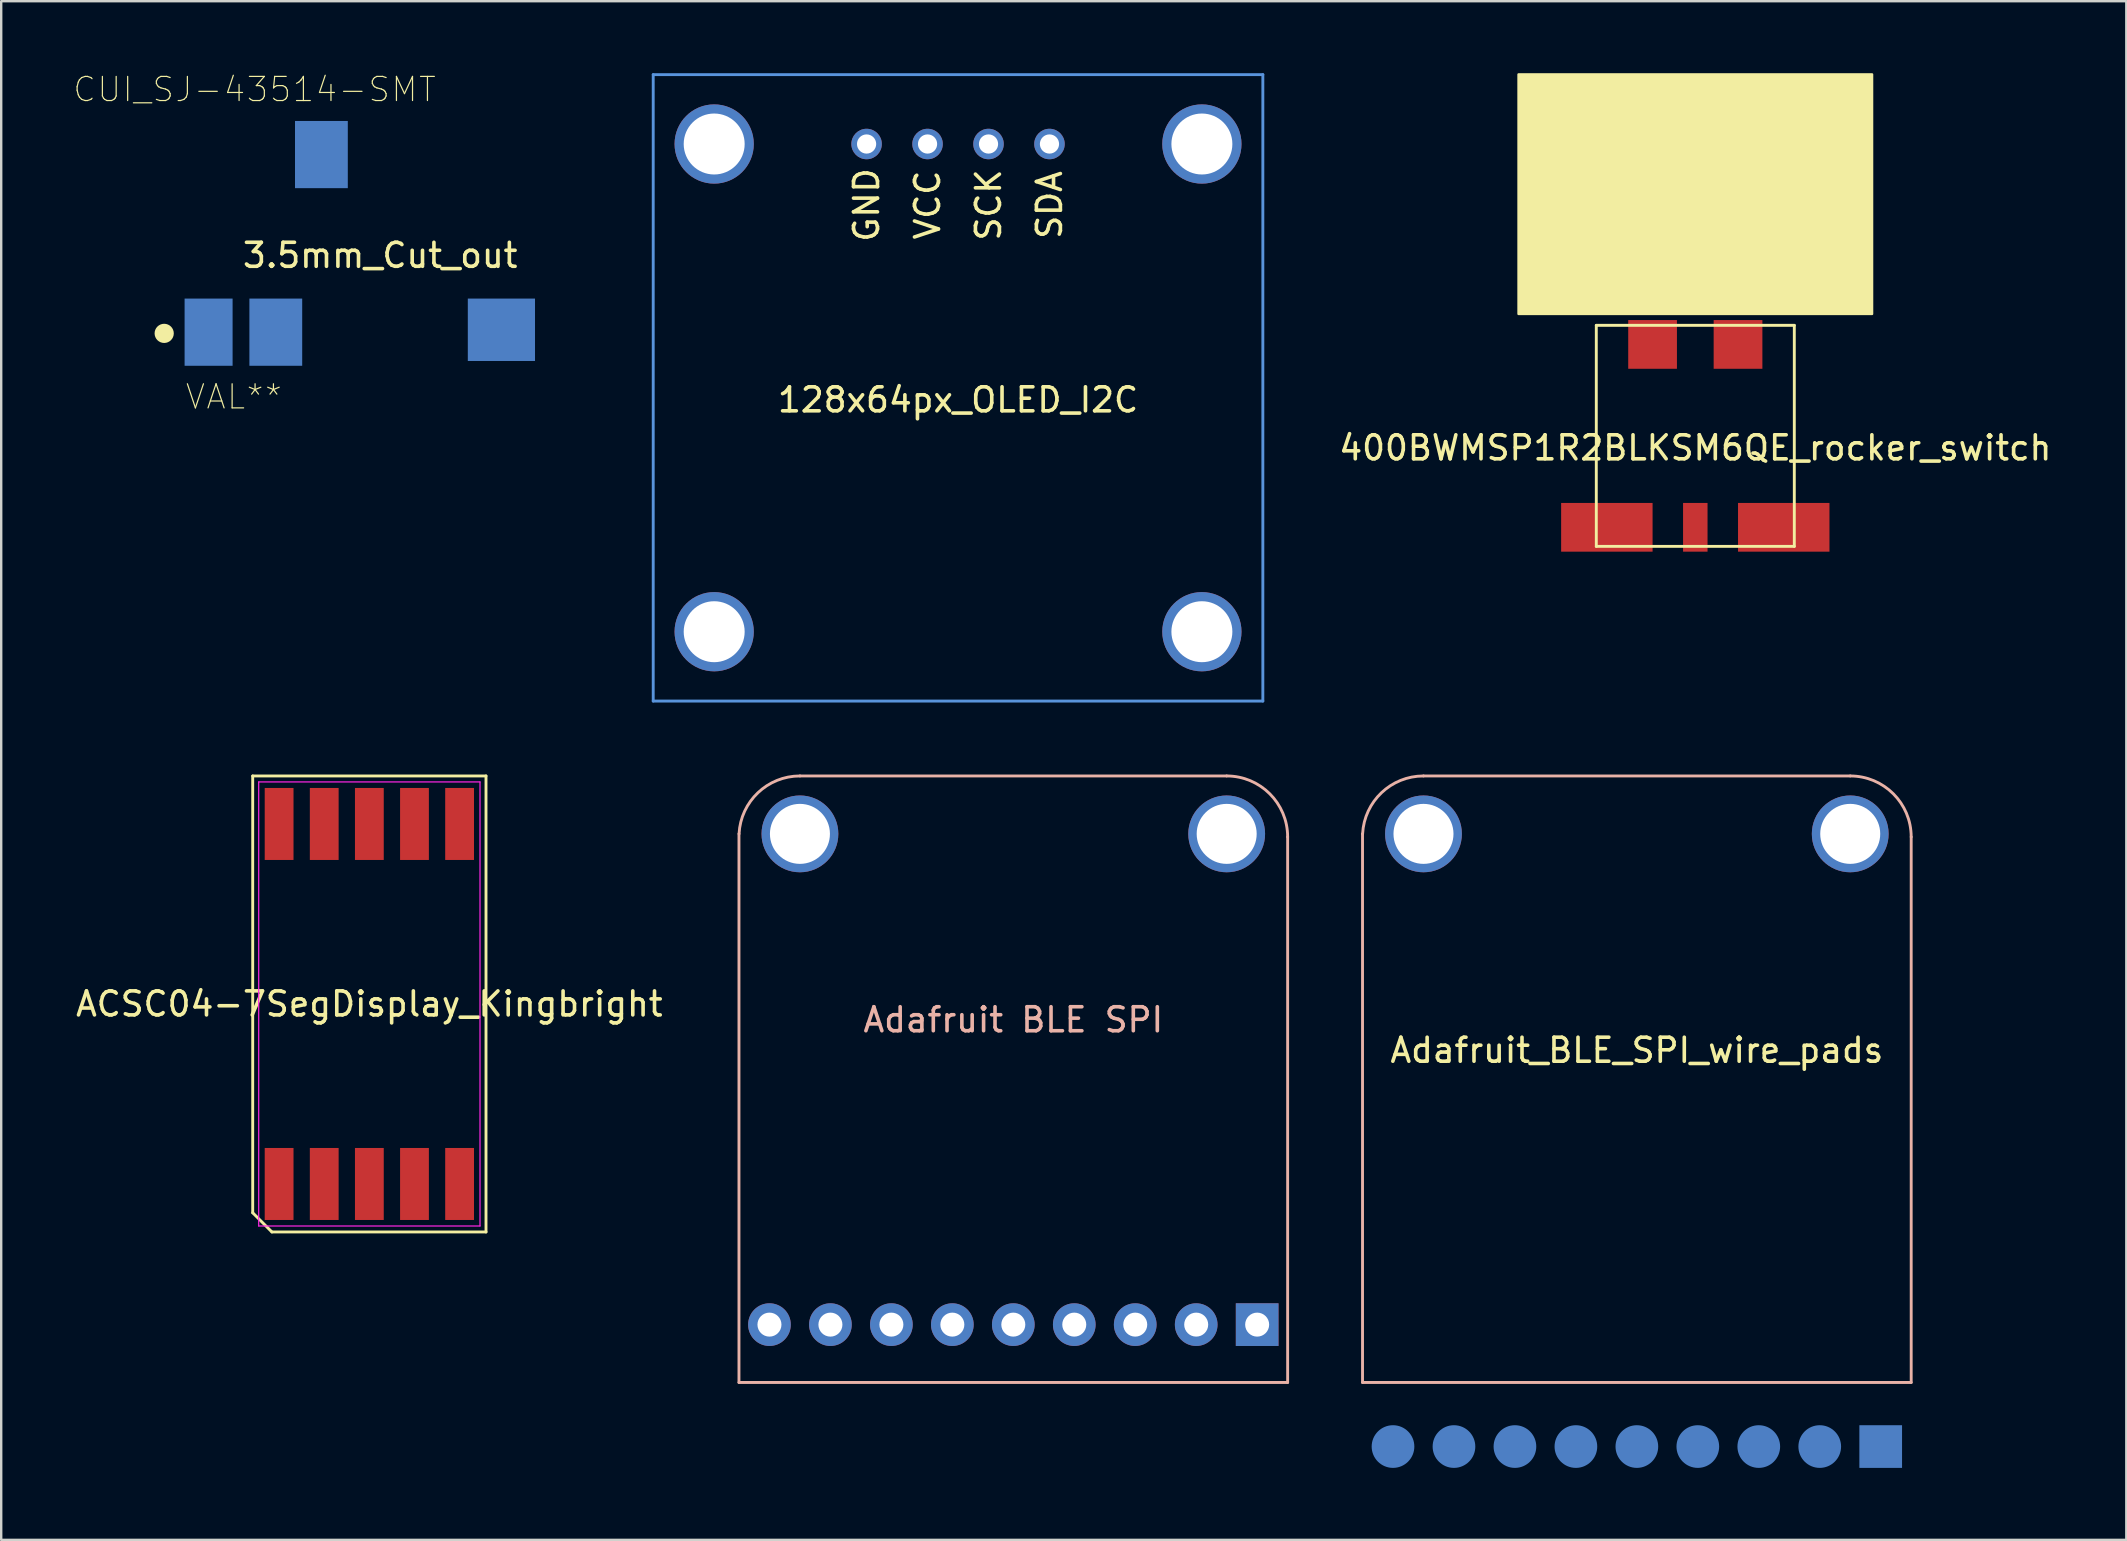
<source format=kicad_pcb>
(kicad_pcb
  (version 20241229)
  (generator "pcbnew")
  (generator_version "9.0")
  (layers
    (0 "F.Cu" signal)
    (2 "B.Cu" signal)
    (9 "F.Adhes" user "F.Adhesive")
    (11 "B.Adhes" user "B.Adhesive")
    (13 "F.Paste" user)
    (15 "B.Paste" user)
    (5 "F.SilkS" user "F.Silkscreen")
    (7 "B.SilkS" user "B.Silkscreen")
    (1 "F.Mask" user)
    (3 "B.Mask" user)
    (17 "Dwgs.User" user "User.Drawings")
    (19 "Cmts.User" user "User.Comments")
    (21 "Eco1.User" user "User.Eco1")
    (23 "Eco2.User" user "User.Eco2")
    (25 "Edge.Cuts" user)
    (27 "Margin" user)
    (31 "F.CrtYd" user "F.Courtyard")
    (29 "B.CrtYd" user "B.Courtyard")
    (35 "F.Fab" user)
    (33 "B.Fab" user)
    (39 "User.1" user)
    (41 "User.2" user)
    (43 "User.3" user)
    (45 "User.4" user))
  (footprint "400BWMSP1R2BLKSM6QE‎_rocker_switch"
    (layer "F.Cu")
    (at 67.584 15.11)
    (property "Reference" "400BWMSP1R2BLKSM6QE‎_rocker_switch" (at 0 0.5 0) (layer "F.SilkS") (effects (font (size 1 1) (thickness 0.15))))
    (attr smd)
    (fp_line (start -4.125 -4.605) (end -4.125 4.605) (stroke (width 0.12) (type solid)) (layer "F.SilkS"))
    (fp_line (start -4.125 -4.605) (end 4.125 -4.605) (stroke (width 0.12) (type solid)) (layer "F.SilkS"))
    (fp_line (start -4.125 4.605) (end 4.125 4.605) (stroke (width 0.12) (type solid)) (layer "F.SilkS"))
    (fp_line (start 4.125 4.605) (end 4.125 -4.605) (stroke (width 0.12) (type solid)) (layer "F.SilkS"))
    (fp_poly (pts (xy 7.365 -15.06) (xy -7.365 -15.06) (xy -7.365 -5.08) (xy 7.365 -5.08)) (stroke (width 0.1) (type solid)) (fill yes) (layer "F.SilkS"))
    (pad "" smd rect (at -1.78 -3.81) (size 2.03 2.03) (layers "F.Cu" "F.Mask" "F.Paste"))
    (pad "" smd rect (at 1.78 -3.81) (size 2.03 2.03) (layers "F.Cu" "F.Mask" "F.Paste"))
    (pad "1" smd rect (at -3.685 3.81) (size 3.81 2.03) (layers "F.Cu" "F.Mask" "F.Paste"))
    (pad "2" smd rect (at 0 3.81) (size 1.02 2.03) (layers "F.Cu" "F.Mask" "F.Paste"))
    (pad "3" smd rect (at 3.685 3.81) (size 3.81 2.03) (layers "F.Cu" "F.Mask" "F.Paste")))
  (footprint "ACSC04-7SegDisplay_Kingbright"
    (layer "F.Cu")
    (at 12.339 38.78)
    (property "Reference" "ACSC04-7SegDisplay_Kingbright" (at 0 0 180) (layer "F.SilkS") (effects (font (size 1 1) (thickness 0.15))))
    (attr smd)
    (fp_line (start -4.86 -9.5) (end 4.86 -9.5) (stroke (width 0.12) (type solid)) (layer "F.SilkS"))
    (fp_line (start -4.86 8.7) (end -4.86 -9.5) (stroke (width 0.12) (type solid)) (layer "F.SilkS"))
    (fp_line (start -4.06 9.5) (end -4.86 8.7) (stroke (width 0.12) (type solid)) (layer "F.SilkS"))
    (fp_line (start 4.86 -9.5) (end 4.86 9.5) (stroke (width 0.12) (type solid)) (layer "F.SilkS"))
    (fp_line (start 4.86 9.5) (end -4.06 9.5) (stroke (width 0.12) (type solid)) (layer "F.SilkS"))
    (fp_line (start -4.61 -9.25) (end 4.61 -9.25) (stroke (width 0.05) (type solid)) (layer "F.CrtYd"))
    (fp_line (start -4.61 9.25) (end -4.61 -9.25) (stroke (width 0.05) (type solid)) (layer "F.CrtYd"))
    (fp_line (start 4.61 -9.25) (end 4.61 9.25) (stroke (width 0.05) (type solid)) (layer "F.CrtYd"))
    (fp_line (start 4.61 9.25) (end -4.61 9.25) (stroke (width 0.05) (type solid)) (layer "F.CrtYd"))
    (pad "1" smd rect (at -3.76 7.5) (size 1.2 3) (layers "F.Cu" "F.Mask" "F.Paste"))
    (pad "2" smd rect (at -1.88 7.5) (size 1.2 3) (layers "F.Cu" "F.Mask" "F.Paste"))
    (pad "3" smd rect (at 0 7.5) (size 1.2 3) (layers "F.Cu" "F.Mask" "F.Paste"))
    (pad "4" smd rect (at 1.88 7.5) (size 1.2 3) (layers "F.Cu" "F.Mask" "F.Paste"))
    (pad "5" smd rect (at 3.76 7.5) (size 1.2 3) (layers "F.Cu" "F.Mask" "F.Paste"))
    (pad "6" smd rect (at 3.76 -7.5) (size 1.2 3) (layers "F.Cu" "F.Mask" "F.Paste"))
    (pad "7" smd rect (at 1.88 -7.5) (size 1.2 3) (layers "F.Cu" "F.Mask" "F.Paste"))
    (pad "8" smd rect (at 0 -7.5) (size 1.2 3) (layers "F.Cu" "F.Mask" "F.Paste"))
    (pad "9" smd rect (at -1.88 -7.5) (size 1.2 3) (layers "F.Cu" "F.Mask" "F.Paste"))
    (pad "10" smd rect (at -3.76 -7.5) (size 1.2 3) (layers "F.Cu" "F.Mask" "F.Paste")))
  (footprint "3.5mm_Cut_out"
    (layer "F.Cu")
    (at 12.791 7.09)
    (property "Reference" "3.5mm_Cut_out" (at 0 0.5 0) (layer "F.SilkS") (effects (font (size 1 1) (thickness 0.15))))
    (attr through_hole)
    (fp_circle (center -9 3.75) (end -8.8 3.75) (stroke (width 0.4) (type solid)) (fill no) (layer "F.SilkS"))
    (fp_line (start -9.5 -2.75) (end -8 -2.75) (stroke (width 0.05) (type solid)) (layer "Eco1.User"))
    (fp_line (start -9.5 2.75) (end -9.5 -2.75) (stroke (width 0.05) (type solid)) (layer "Eco1.User"))
    (fp_line (start -8.5 2.75) (end -9.5 2.75) (stroke (width 0.05) (type solid)) (layer "Eco1.User"))
    (fp_line (start -8.5 5.5) (end -8.5 2.75) (stroke (width 0.05) (type solid)) (layer "Eco1.User"))
    (fp_line (start -8 -3.25) (end -3.8 -3.25) (stroke (width 0.05) (type solid)) (layer "Eco1.User"))
    (fp_line (start -8 -2.75) (end -8 -3.25) (stroke (width 0.05) (type solid)) (layer "Eco1.User"))
    (fp_line (start -3.8 -5.35) (end -1.1 -5.35) (stroke (width 0.05) (type solid)) (layer "Eco1.User"))
    (fp_line (start -3.8 -3.25) (end -3.8 -5.35) (stroke (width 0.05) (type solid)) (layer "Eco1.User"))
    (fp_line (start -3 3.25) (end -3 5.5) (stroke (width 0.05) (type solid)) (layer "Eco1.User"))
    (fp_line (start -3 5.5) (end -8.5 5.5) (stroke (width 0.05) (type solid)) (layer "Eco1.User"))
    (fp_line (start -1.1 -5.35) (end -1.1 -3.25) (stroke (width 0.05) (type solid)) (layer "Eco1.User"))
    (fp_line (start -1.1 -3.25) (end 8 -3.25) (stroke (width 0.05) (type solid)) (layer "Eco1.User"))
    (fp_line (start 3.25 3.25) (end -3 3.25) (stroke (width 0.05) (type solid)) (layer "Eco1.User"))
    (fp_line (start 3.25 5.5) (end 3.25 3.25) (stroke (width 0.05) (type solid)) (layer "Eco1.User"))
    (fp_line (start 6.75 3.25) (end 6.75 5.5) (stroke (width 0.05) (type solid)) (layer "Eco1.User"))
    (fp_line (start 6.75 5.5) (end 3.25 5.5) (stroke (width 0.05) (type solid)) (layer "Eco1.User"))
    (fp_line (start 8 -3.25) (end 8 3.25) (stroke (width 0.05) (type solid)) (layer "Eco1.User"))
    (fp_line (start 8 3.25) (end 6.75 3.25) (stroke (width 0.05) (type solid)) (layer "Eco1.User"))
    (fp_line (start -9.525 -3.175) (end 8.255 -3.175) (stroke (width 0.12) (type solid)) (layer "Eco2.User"))
    (fp_line (start -9.525 3.175) (end -9.525 -3.175) (stroke (width 0.12) (type solid)) (layer "Eco2.User"))
    (fp_line (start 8.255 -3.175) (end 8.255 3.175) (stroke (width 0.12) (type solid)) (layer "Eco2.User"))
    (fp_line (start 8.255 3.175) (end -9.525 3.175) (stroke (width 0.12) (type solid)) (layer "Eco2.User"))
    (fp_text user "VAL**" (at -6.098 6.392 0) (layer "F.SilkS") (effects (font (size 1.004 1.004) (thickness 0.05))))
    (fp_text user "CUI_SJ-43514-SMT" (at -5.234 -6.414 0) (layer "F.SilkS") (effects (font (size 1.005 1.005) (thickness 0.05))))
    (pad "1" smd rect (at -7.15 3.7 180) (size 2 2.8) (layers "B.Cu" "B.Mask" "B.Paste"))
    (pad "2" smd rect (at 5.05 3.6 180) (size 2.8 2.6) (layers "B.Cu" "B.Mask" "B.Paste"))
    (pad "3" smd rect (at -2.45 -3.7 180) (size 2.2 2.8) (layers "B.Cu" "B.Mask" "B.Paste"))
    (pad "4" smd rect (at -4.35 3.7 180) (size 2.2 2.8) (layers "B.Cu" "B.Mask" "B.Paste")))
  (footprint "128x64px_OLED_I2C"
    (layer "F.Cu")
    (at 36.866 13.11)
    (property "Reference" "128x64px_OLED_I2C" (at 0 0.5 0) (layer "F.SilkS") (effects (font (size 1 1) (thickness 0.15))))
    (attr through_hole)
    (fp_line (start -12.7 -13.05) (end -12.7 13.05) (stroke (width 0.12) (type solid)) (layer "Cmts.User"))
    (fp_line (start -12.7 -13.05) (end 12.7 -13.05) (stroke (width 0.12) (type solid)) (layer "Cmts.User"))
    (fp_line (start -12.7 13.05) (end 12.7 13.05) (stroke (width 0.12) (type solid)) (layer "Cmts.User"))
    (fp_line (start 12.7 13.05) (end 12.7 -13.05) (stroke (width 0.12) (type solid)) (layer "Cmts.User"))
    (fp_text user "GND" (at -3.81 -7.62 90) (layer "F.SilkS") (effects (font (size 1 1) (thickness 0.15))))
    (fp_text user "SCK" (at 1.27 -7.62 90) (layer "F.SilkS") (effects (font (size 1 1) (thickness 0.15))))
    (fp_text user "SDA" (at 3.81 -7.62 90) (layer "F.SilkS") (effects (font (size 1 1) (thickness 0.15))))
    (fp_text user "VCC" (at -1.27 -7.62 90) (layer "F.SilkS") (effects (font (size 1 1) (thickness 0.15))))
    (pad "" np_thru_hole circle (at -10.16 -10.16 90) (size 3.302 3.302) (drill 2.54) (layers "*.Cu" "*.Mask"))
    (pad "" np_thru_hole circle (at -10.16 10.16 180) (size 3.302 3.302) (drill 2.54) (layers "*.Cu" "*.Mask"))
    (pad "" np_thru_hole circle (at 10.16 -10.16) (size 3.302 3.302) (drill 2.54) (layers "*.Cu" "*.Mask"))
    (pad "" np_thru_hole circle (at 10.16 10.16 270) (size 3.302 3.302) (drill 2.54) (layers "*.Cu" "*.Mask"))
    (pad "1" thru_hole circle (at -3.81 -10.16) (size 1.27 1.27) (drill 0.8) (layers "*.Cu" "*.Mask"))
    (pad "2" thru_hole circle (at -1.27 -10.16) (size 1.27 1.27) (drill 0.8) (layers "*.Cu" "*.Mask"))
    (pad "3" thru_hole circle (at 1.27 -10.16) (size 1.27 1.27) (drill 0.8) (layers "*.Cu" "*.Mask"))
    (pad "4" thru_hole circle (at 3.81 -10.16) (size 1.27 1.27) (drill 0.8) (layers "*.Cu" "*.Mask")))
  (footprint "Adafruit BLE SPI"
    (layer "F.Cu")
    (at 39.169 52.14)
    (property "Reference" "Adafruit BLE SPI" (at 0 -12.7 0) (layer "B.SilkS") (effects (font (size 1 1) (thickness 0.15))))
    (attr through_hole)
    (fp_line (start -11.43 -20.447) (end -11.43 2.41) (stroke (width 0.12) (type solid)) (layer "B.SilkS"))
    (fp_line (start -11.43 2.41) (end 11.43 2.41) (stroke (width 0.12) (type solid)) (layer "B.SilkS"))
    (fp_line (start 8.89 -22.86) (end -8.89 -22.86) (stroke (width 0.12) (type solid)) (layer "B.SilkS"))
    (fp_line (start 11.43 2.41) (end 11.43 -20.32) (stroke (width 0.12) (type solid)) (layer "B.SilkS"))
    (fp_arc (start -11.426747 -20.448506) (mid -10.640028 -22.160924) (end -8.89 -22.86) (stroke (width 0.12) (type solid)) (layer "B.SilkS"))
    (fp_arc (start 8.89 -22.86) (mid 10.686051 -22.116051) (end 11.43 -20.32) (stroke (width 0.12) (type solid)) (layer "B.SilkS"))
    (pad "" np_thru_hole circle (at -8.89 -20.447) (size 3.2 3.2) (drill 2.5) (layers "*.Cu" "*.Mask"))
    (pad "" np_thru_hole circle (at 8.89 -20.447) (size 3.2 3.2) (drill 2.5) (layers "*.Cu" "*.Mask"))
    (pad "1" thru_hole rect (at 10.16 0) (size 1.778 1.778) (drill 1) (layers "*.Cu" "*.Mask"))
    (pad "2" thru_hole circle (at 7.62 0) (size 1.778 1.778) (drill 1) (layers "*.Cu" "*.Mask"))
    (pad "3" thru_hole circle (at 5.08 0) (size 1.778 1.778) (drill 1) (layers "*.Cu" "*.Mask"))
    (pad "4" thru_hole circle (at 2.54 0) (size 1.778 1.778) (drill 1) (layers "*.Cu" "*.Mask"))
    (pad "5" thru_hole circle (at 0 0) (size 1.778 1.778) (drill 1) (layers "*.Cu" "*.Mask"))
    (pad "6" thru_hole circle (at -2.54 0) (size 1.778 1.778) (drill 1) (layers "*.Cu" "*.Mask"))
    (pad "7" thru_hole circle (at -5.08 0) (size 1.778 1.778) (drill 1) (layers "*.Cu" "*.Mask"))
    (pad "8" thru_hole circle (at -7.62 0) (size 1.778 1.778) (drill 1) (layers "*.Cu" "*.Mask"))
    (pad "9" thru_hole circle (at -10.16 0) (size 1.778 1.778) (drill 1) (layers "*.Cu" "*.Mask")))
  (footprint "Adafruit_BLE_SPI_wire_pads"
    (layer "F.Cu")
    (at 65.149 52.14)
    (property "Reference" "Adafruit_BLE_SPI_wire_pads" (at 0 -11.43 0) (layer "F.SilkS") (effects (font (size 1 1) (thickness 0.15))))
    (attr through_hole)
    (fp_line (start -11.43 -20.447) (end -11.43 2.41) (stroke (width 0.12) (type solid)) (layer "B.SilkS"))
    (fp_line (start -11.43 2.41) (end 11.43 2.41) (stroke (width 0.12) (type solid)) (layer "B.SilkS"))
    (fp_line (start 8.89 -22.86) (end -8.89 -22.86) (stroke (width 0.12) (type solid)) (layer "B.SilkS"))
    (fp_line (start 11.43 2.41) (end 11.43 -20.32) (stroke (width 0.12) (type solid)) (layer "B.SilkS"))
    (fp_arc (start -11.426747 -20.448506) (mid -10.640028 -22.160924) (end -8.89 -22.86) (stroke (width 0.12) (type solid)) (layer "B.SilkS"))
    (fp_arc (start 8.89 -22.86) (mid 10.686051 -22.116051) (end 11.43 -20.32) (stroke (width 0.12) (type solid)) (layer "B.SilkS"))
    (pad "" np_thru_hole circle (at -8.89 -20.447) (size 3.2 3.2) (drill 2.5) (layers "*.Cu" "*.Mask"))
    (pad "" np_thru_hole circle (at 8.89 -20.447) (size 3.2 3.2) (drill 2.5) (layers "*.Cu" "*.Mask"))
    (pad "1" smd rect (at 10.16 5.08) (size 1.778 1.778) (layers "B.Cu" "B.Mask" "B.Paste"))
    (pad "2" smd circle (at 7.62 5.08) (size 1.778 1.778) (layers "B.Cu" "B.Mask" "B.Paste"))
    (pad "3" smd circle (at 5.08 5.08) (size 1.778 1.778) (layers "B.Cu" "B.Mask" "B.Paste"))
    (pad "4" smd circle (at 2.54 5.08) (size 1.778 1.778) (layers "B.Cu" "B.Mask" "B.Paste"))
    (pad "5" smd circle (at 0 5.08) (size 1.778 1.778) (layers "B.Cu" "B.Mask" "B.Paste"))
    (pad "6" smd circle (at -2.54 5.08) (size 1.778 1.778) (layers "B.Cu" "B.Mask" "B.Paste"))
    (pad "7" smd circle (at -5.08 5.08) (size 1.778 1.778) (layers "B.Cu" "B.Mask" "B.Paste"))
    (pad "8" smd circle (at -7.62 5.08) (size 1.778 1.778) (layers "B.Cu" "B.Mask" "B.Paste"))
    (pad "9" smd circle (at -10.16 5.08) (size 1.778 1.778) (layers "B.Cu" "B.Mask" "B.Paste")))
  (gr_rect
    (start -3 -3)
    (end 85.542 61.109)
    (stroke (width 0.1) (type default))
    (fill no)
    (layer "Edge.Cuts")))
</source>
